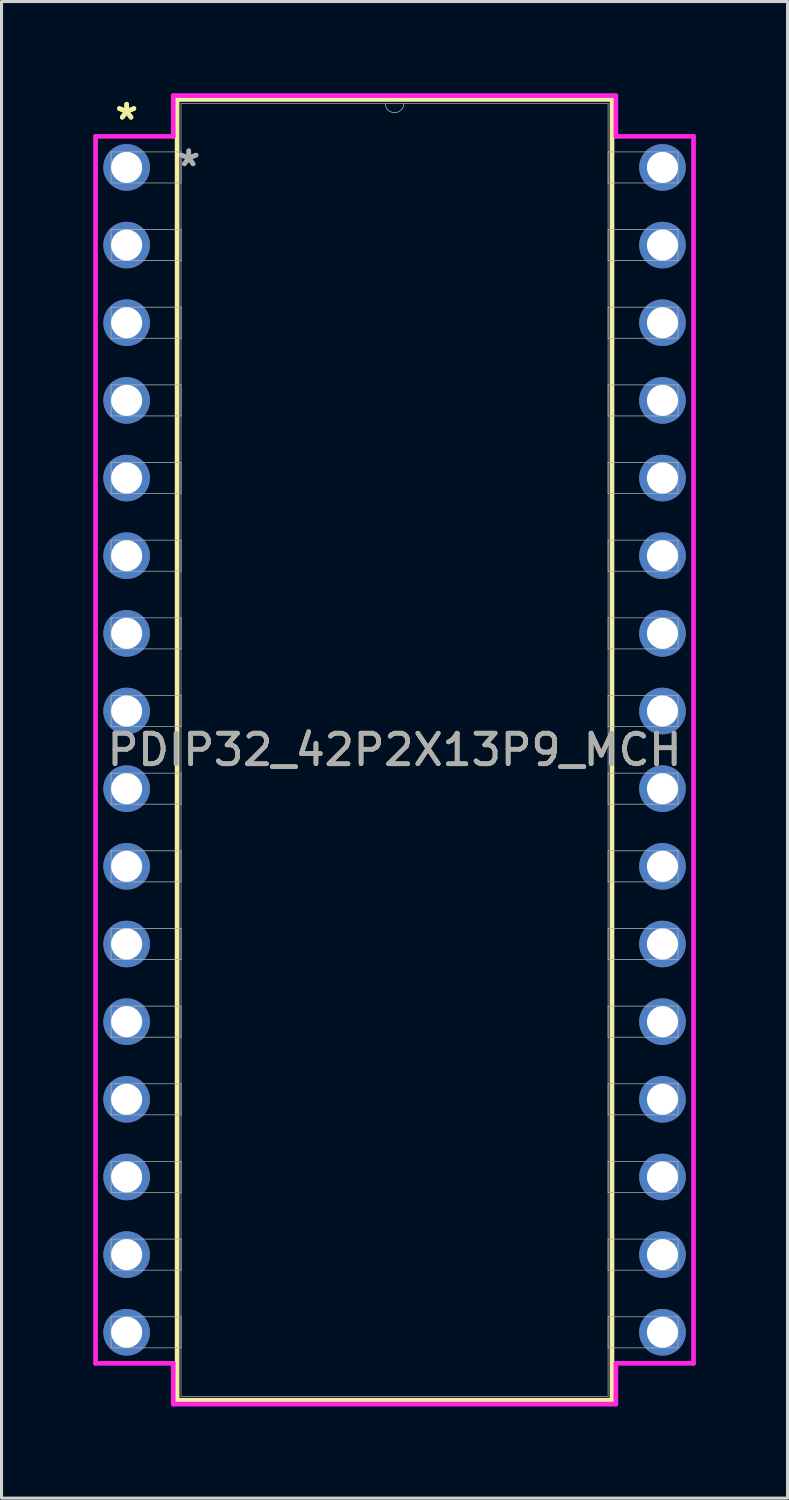
<source format=kicad_pcb>
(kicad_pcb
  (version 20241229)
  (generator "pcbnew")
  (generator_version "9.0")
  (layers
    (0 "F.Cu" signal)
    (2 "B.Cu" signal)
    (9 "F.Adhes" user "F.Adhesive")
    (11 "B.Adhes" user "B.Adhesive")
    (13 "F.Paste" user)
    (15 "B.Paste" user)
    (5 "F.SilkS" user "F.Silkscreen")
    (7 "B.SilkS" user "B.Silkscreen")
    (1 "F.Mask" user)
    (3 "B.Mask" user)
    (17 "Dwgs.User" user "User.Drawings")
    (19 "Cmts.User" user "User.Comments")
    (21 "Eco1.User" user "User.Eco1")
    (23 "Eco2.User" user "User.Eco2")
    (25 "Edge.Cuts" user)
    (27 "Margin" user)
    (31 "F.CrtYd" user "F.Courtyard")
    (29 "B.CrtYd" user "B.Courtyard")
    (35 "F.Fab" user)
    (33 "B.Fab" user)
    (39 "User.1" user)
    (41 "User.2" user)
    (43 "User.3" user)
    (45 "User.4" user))
  (footprint "PDIP32_42P2X13P9_MCH"
    (layer "F.Cu")
    (at 1.092 2.426)
    (property "Reference" "PDIP32_42P2X13P9_MCH" (at 8.763 19.05 0) (unlocked yes) (layer "F.SilkS") (effects (font (size 1 1) (thickness 0.15))))
    (attr through_hole)
    (fp_line (start 1.651 -2.223) (end 1.651 40.322) (stroke (width 0.152) (type solid)) (layer "F.SilkS"))
    (fp_line (start 1.651 40.322) (end 15.875 40.322) (stroke (width 0.152) (type solid)) (layer "F.SilkS"))
    (fp_line (start 15.875 -2.223) (end 1.651 -2.223) (stroke (width 0.152) (type solid)) (layer "F.SilkS"))
    (fp_line (start 15.875 40.322) (end 15.875 -2.223) (stroke (width 0.152) (type solid)) (layer "F.SilkS"))
    (fp_line (start -1.016 -1.016) (end 1.524 -1.016) (stroke (width 0.152) (type solid)) (layer "F.CrtYd"))
    (fp_line (start -1.016 39.116) (end -1.016 -1.016) (stroke (width 0.152) (type solid)) (layer "F.CrtYd"))
    (fp_line (start 1.524 -2.349) (end 16.002 -2.349) (stroke (width 0.152) (type solid)) (layer "F.CrtYd"))
    (fp_line (start 1.524 -1.016) (end 1.524 -2.349) (stroke (width 0.152) (type solid)) (layer "F.CrtYd"))
    (fp_line (start 1.524 39.116) (end -1.016 39.116) (stroke (width 0.152) (type solid)) (layer "F.CrtYd"))
    (fp_line (start 1.524 40.45) (end 1.524 39.116) (stroke (width 0.152) (type solid)) (layer "F.CrtYd"))
    (fp_line (start 16.002 -2.349) (end 16.002 -1.016) (stroke (width 0.152) (type solid)) (layer "F.CrtYd"))
    (fp_line (start 16.002 39.116) (end 16.002 40.45) (stroke (width 0.152) (type solid)) (layer "F.CrtYd"))
    (fp_line (start 16.002 40.45) (end 1.524 40.45) (stroke (width 0.152) (type solid)) (layer "F.CrtYd"))
    (fp_line (start 18.542 -1.016) (end 16.002 -1.016) (stroke (width 0.152) (type solid)) (layer "F.CrtYd"))
    (fp_line (start 18.542 -1.016) (end 18.542 39.116) (stroke (width 0.152) (type solid)) (layer "F.CrtYd"))
    (fp_line (start 18.542 39.116) (end 16.002 39.116) (stroke (width 0.152) (type solid)) (layer "F.CrtYd"))
    (fp_line (start -0.508 -0.508) (end -0.508 0.508) (stroke (width 0.025) (type solid)) (layer "F.Fab"))
    (fp_line (start -0.508 0.508) (end 1.778 0.508) (stroke (width 0.025) (type solid)) (layer "F.Fab"))
    (fp_line (start -0.508 2.032) (end -0.508 3.048) (stroke (width 0.025) (type solid)) (layer "F.Fab"))
    (fp_line (start -0.508 3.048) (end 1.778 3.048) (stroke (width 0.025) (type solid)) (layer "F.Fab"))
    (fp_line (start -0.508 4.572) (end -0.508 5.588) (stroke (width 0.025) (type solid)) (layer "F.Fab"))
    (fp_line (start -0.508 5.588) (end 1.778 5.588) (stroke (width 0.025) (type solid)) (layer "F.Fab"))
    (fp_line (start -0.508 7.112) (end -0.508 8.128) (stroke (width 0.025) (type solid)) (layer "F.Fab"))
    (fp_line (start -0.508 8.128) (end 1.778 8.128) (stroke (width 0.025) (type solid)) (layer "F.Fab"))
    (fp_line (start -0.508 9.652) (end -0.508 10.668) (stroke (width 0.025) (type solid)) (layer "F.Fab"))
    (fp_line (start -0.508 10.668) (end 1.778 10.668) (stroke (width 0.025) (type solid)) (layer "F.Fab"))
    (fp_line (start -0.508 12.192) (end -0.508 13.208) (stroke (width 0.025) (type solid)) (layer "F.Fab"))
    (fp_line (start -0.508 13.208) (end 1.778 13.208) (stroke (width 0.025) (type solid)) (layer "F.Fab"))
    (fp_line (start -0.508 14.732) (end -0.508 15.748) (stroke (width 0.025) (type solid)) (layer "F.Fab"))
    (fp_line (start -0.508 15.748) (end 1.778 15.748) (stroke (width 0.025) (type solid)) (layer "F.Fab"))
    (fp_line (start -0.508 17.272) (end -0.508 18.288) (stroke (width 0.025) (type solid)) (layer "F.Fab"))
    (fp_line (start -0.508 18.288) (end 1.778 18.288) (stroke (width 0.025) (type solid)) (layer "F.Fab"))
    (fp_line (start -0.508 19.812) (end -0.508 20.828) (stroke (width 0.025) (type solid)) (layer "F.Fab"))
    (fp_line (start -0.508 20.828) (end 1.778 20.828) (stroke (width 0.025) (type solid)) (layer "F.Fab"))
    (fp_line (start -0.508 22.352) (end -0.508 23.368) (stroke (width 0.025) (type solid)) (layer "F.Fab"))
    (fp_line (start -0.508 23.368) (end 1.778 23.368) (stroke (width 0.025) (type solid)) (layer "F.Fab"))
    (fp_line (start -0.508 24.892) (end -0.508 25.908) (stroke (width 0.025) (type solid)) (layer "F.Fab"))
    (fp_line (start -0.508 25.908) (end 1.778 25.908) (stroke (width 0.025) (type solid)) (layer "F.Fab"))
    (fp_line (start -0.508 27.432) (end -0.508 28.448) (stroke (width 0.025) (type solid)) (layer "F.Fab"))
    (fp_line (start -0.508 28.448) (end 1.778 28.448) (stroke (width 0.025) (type solid)) (layer "F.Fab"))
    (fp_line (start -0.508 29.972) (end -0.508 30.988) (stroke (width 0.025) (type solid)) (layer "F.Fab"))
    (fp_line (start -0.508 30.988) (end 1.778 30.988) (stroke (width 0.025) (type solid)) (layer "F.Fab"))
    (fp_line (start -0.508 32.512) (end -0.508 33.528) (stroke (width 0.025) (type solid)) (layer "F.Fab"))
    (fp_line (start -0.508 33.528) (end 1.778 33.528) (stroke (width 0.025) (type solid)) (layer "F.Fab"))
    (fp_line (start -0.508 35.052) (end -0.508 36.068) (stroke (width 0.025) (type solid)) (layer "F.Fab"))
    (fp_line (start -0.508 36.068) (end 1.778 36.068) (stroke (width 0.025) (type solid)) (layer "F.Fab"))
    (fp_line (start -0.508 37.592) (end -0.508 38.608) (stroke (width 0.025) (type solid)) (layer "F.Fab"))
    (fp_line (start -0.508 38.608) (end 1.778 38.608) (stroke (width 0.025) (type solid)) (layer "F.Fab"))
    (fp_line (start 1.778 -2.095) (end 1.778 40.196) (stroke (width 0.025) (type solid)) (layer "F.Fab"))
    (fp_line (start 1.778 -0.508) (end -0.508 -0.508) (stroke (width 0.025) (type solid)) (layer "F.Fab"))
    (fp_line (start 1.778 0.508) (end 1.778 -0.508) (stroke (width 0.025) (type solid)) (layer "F.Fab"))
    (fp_line (start 1.778 2.032) (end -0.508 2.032) (stroke (width 0.025) (type solid)) (layer "F.Fab"))
    (fp_line (start 1.778 3.048) (end 1.778 2.032) (stroke (width 0.025) (type solid)) (layer "F.Fab"))
    (fp_line (start 1.778 4.572) (end -0.508 4.572) (stroke (width 0.025) (type solid)) (layer "F.Fab"))
    (fp_line (start 1.778 5.588) (end 1.778 4.572) (stroke (width 0.025) (type solid)) (layer "F.Fab"))
    (fp_line (start 1.778 7.112) (end -0.508 7.112) (stroke (width 0.025) (type solid)) (layer "F.Fab"))
    (fp_line (start 1.778 8.128) (end 1.778 7.112) (stroke (width 0.025) (type solid)) (layer "F.Fab"))
    (fp_line (start 1.778 9.652) (end -0.508 9.652) (stroke (width 0.025) (type solid)) (layer "F.Fab"))
    (fp_line (start 1.778 10.668) (end 1.778 9.652) (stroke (width 0.025) (type solid)) (layer "F.Fab"))
    (fp_line (start 1.778 12.192) (end -0.508 12.192) (stroke (width 0.025) (type solid)) (layer "F.Fab"))
    (fp_line (start 1.778 13.208) (end 1.778 12.192) (stroke (width 0.025) (type solid)) (layer "F.Fab"))
    (fp_line (start 1.778 14.732) (end -0.508 14.732) (stroke (width 0.025) (type solid)) (layer "F.Fab"))
    (fp_line (start 1.778 15.748) (end 1.778 14.732) (stroke (width 0.025) (type solid)) (layer "F.Fab"))
    (fp_line (start 1.778 17.272) (end -0.508 17.272) (stroke (width 0.025) (type solid)) (layer "F.Fab"))
    (fp_line (start 1.778 18.288) (end 1.778 17.272) (stroke (width 0.025) (type solid)) (layer "F.Fab"))
    (fp_line (start 1.778 19.812) (end -0.508 19.812) (stroke (width 0.025) (type solid)) (layer "F.Fab"))
    (fp_line (start 1.778 20.828) (end 1.778 19.812) (stroke (width 0.025) (type solid)) (layer "F.Fab"))
    (fp_line (start 1.778 22.352) (end -0.508 22.352) (stroke (width 0.025) (type solid)) (layer "F.Fab"))
    (fp_line (start 1.778 23.368) (end 1.778 22.352) (stroke (width 0.025) (type solid)) (layer "F.Fab"))
    (fp_line (start 1.778 24.892) (end -0.508 24.892) (stroke (width 0.025) (type solid)) (layer "F.Fab"))
    (fp_line (start 1.778 25.908) (end 1.778 24.892) (stroke (width 0.025) (type solid)) (layer "F.Fab"))
    (fp_line (start 1.778 27.432) (end -0.508 27.432) (stroke (width 0.025) (type solid)) (layer "F.Fab"))
    (fp_line (start 1.778 28.448) (end 1.778 27.432) (stroke (width 0.025) (type solid)) (layer "F.Fab"))
    (fp_line (start 1.778 29.972) (end -0.508 29.972) (stroke (width 0.025) (type solid)) (layer "F.Fab"))
    (fp_line (start 1.778 30.988) (end 1.778 29.972) (stroke (width 0.025) (type solid)) (layer "F.Fab"))
    (fp_line (start 1.778 32.512) (end -0.508 32.512) (stroke (width 0.025) (type solid)) (layer "F.Fab"))
    (fp_line (start 1.778 33.528) (end 1.778 32.512) (stroke (width 0.025) (type solid)) (layer "F.Fab"))
    (fp_line (start 1.778 35.052) (end -0.508 35.052) (stroke (width 0.025) (type solid)) (layer "F.Fab"))
    (fp_line (start 1.778 36.068) (end 1.778 35.052) (stroke (width 0.025) (type solid)) (layer "F.Fab"))
    (fp_line (start 1.778 37.592) (end -0.508 37.592) (stroke (width 0.025) (type solid)) (layer "F.Fab"))
    (fp_line (start 1.778 38.608) (end 1.778 37.592) (stroke (width 0.025) (type solid)) (layer "F.Fab"))
    (fp_line (start 1.778 40.196) (end 15.748 40.196) (stroke (width 0.025) (type solid)) (layer "F.Fab"))
    (fp_line (start 15.748 -2.095) (end 1.778 -2.095) (stroke (width 0.025) (type solid)) (layer "F.Fab"))
    (fp_line (start 15.748 -0.508) (end 15.748 0.508) (stroke (width 0.025) (type solid)) (layer "F.Fab"))
    (fp_line (start 15.748 0.508) (end 18.034 0.508) (stroke (width 0.025) (type solid)) (layer "F.Fab"))
    (fp_line (start 15.748 2.032) (end 15.748 3.048) (stroke (width 0.025) (type solid)) (layer "F.Fab"))
    (fp_line (start 15.748 3.048) (end 18.034 3.048) (stroke (width 0.025) (type solid)) (layer "F.Fab"))
    (fp_line (start 15.748 4.572) (end 15.748 5.588) (stroke (width 0.025) (type solid)) (layer "F.Fab"))
    (fp_line (start 15.748 5.588) (end 18.034 5.588) (stroke (width 0.025) (type solid)) (layer "F.Fab"))
    (fp_line (start 15.748 7.112) (end 15.748 8.128) (stroke (width 0.025) (type solid)) (layer "F.Fab"))
    (fp_line (start 15.748 8.128) (end 18.034 8.128) (stroke (width 0.025) (type solid)) (layer "F.Fab"))
    (fp_line (start 15.748 9.652) (end 15.748 10.668) (stroke (width 0.025) (type solid)) (layer "F.Fab"))
    (fp_line (start 15.748 10.668) (end 18.034 10.668) (stroke (width 0.025) (type solid)) (layer "F.Fab"))
    (fp_line (start 15.748 12.192) (end 15.748 13.208) (stroke (width 0.025) (type solid)) (layer "F.Fab"))
    (fp_line (start 15.748 13.208) (end 18.034 13.208) (stroke (width 0.025) (type solid)) (layer "F.Fab"))
    (fp_line (start 15.748 14.732) (end 15.748 15.748) (stroke (width 0.025) (type solid)) (layer "F.Fab"))
    (fp_line (start 15.748 15.748) (end 18.034 15.748) (stroke (width 0.025) (type solid)) (layer "F.Fab"))
    (fp_line (start 15.748 17.272) (end 15.748 18.288) (stroke (width 0.025) (type solid)) (layer "F.Fab"))
    (fp_line (start 15.748 18.288) (end 18.034 18.288) (stroke (width 0.025) (type solid)) (layer "F.Fab"))
    (fp_line (start 15.748 19.812) (end 15.748 20.828) (stroke (width 0.025) (type solid)) (layer "F.Fab"))
    (fp_line (start 15.748 20.828) (end 18.034 20.828) (stroke (width 0.025) (type solid)) (layer "F.Fab"))
    (fp_line (start 15.748 22.352) (end 15.748 23.368) (stroke (width 0.025) (type solid)) (layer "F.Fab"))
    (fp_line (start 15.748 23.368) (end 18.034 23.368) (stroke (width 0.025) (type solid)) (layer "F.Fab"))
    (fp_line (start 15.748 24.892) (end 15.748 25.908) (stroke (width 0.025) (type solid)) (layer "F.Fab"))
    (fp_line (start 15.748 25.908) (end 18.034 25.908) (stroke (width 0.025) (type solid)) (layer "F.Fab"))
    (fp_line (start 15.748 27.432) (end 15.748 28.448) (stroke (width 0.025) (type solid)) (layer "F.Fab"))
    (fp_line (start 15.748 28.448) (end 18.034 28.448) (stroke (width 0.025) (type solid)) (layer "F.Fab"))
    (fp_line (start 15.748 29.972) (end 15.748 30.988) (stroke (width 0.025) (type solid)) (layer "F.Fab"))
    (fp_line (start 15.748 30.988) (end 18.034 30.988) (stroke (width 0.025) (type solid)) (layer "F.Fab"))
    (fp_line (start 15.748 32.512) (end 15.748 33.528) (stroke (width 0.025) (type solid)) (layer "F.Fab"))
    (fp_line (start 15.748 33.528) (end 18.034 33.528) (stroke (width 0.025) (type solid)) (layer "F.Fab"))
    (fp_line (start 15.748 35.052) (end 15.748 36.068) (stroke (width 0.025) (type solid)) (layer "F.Fab"))
    (fp_line (start 15.748 36.068) (end 18.034 36.068) (stroke (width 0.025) (type solid)) (layer "F.Fab"))
    (fp_line (start 15.748 37.592) (end 15.748 38.608) (stroke (width 0.025) (type solid)) (layer "F.Fab"))
    (fp_line (start 15.748 38.608) (end 18.034 38.608) (stroke (width 0.025) (type solid)) (layer "F.Fab"))
    (fp_line (start 15.748 40.196) (end 15.748 -2.095) (stroke (width 0.025) (type solid)) (layer "F.Fab"))
    (fp_line (start 18.034 -0.508) (end 15.748 -0.508) (stroke (width 0.025) (type solid)) (layer "F.Fab"))
    (fp_line (start 18.034 0.508) (end 18.034 -0.508) (stroke (width 0.025) (type solid)) (layer "F.Fab"))
    (fp_line (start 18.034 2.032) (end 15.748 2.032) (stroke (width 0.025) (type solid)) (layer "F.Fab"))
    (fp_line (start 18.034 3.048) (end 18.034 2.032) (stroke (width 0.025) (type solid)) (layer "F.Fab"))
    (fp_line (start 18.034 4.572) (end 15.748 4.572) (stroke (width 0.025) (type solid)) (layer "F.Fab"))
    (fp_line (start 18.034 5.588) (end 18.034 4.572) (stroke (width 0.025) (type solid)) (layer "F.Fab"))
    (fp_line (start 18.034 7.112) (end 15.748 7.112) (stroke (width 0.025) (type solid)) (layer "F.Fab"))
    (fp_line (start 18.034 8.128) (end 18.034 7.112) (stroke (width 0.025) (type solid)) (layer "F.Fab"))
    (fp_line (start 18.034 9.652) (end 15.748 9.652) (stroke (width 0.025) (type solid)) (layer "F.Fab"))
    (fp_line (start 18.034 10.668) (end 18.034 9.652) (stroke (width 0.025) (type solid)) (layer "F.Fab"))
    (fp_line (start 18.034 12.192) (end 15.748 12.192) (stroke (width 0.025) (type solid)) (layer "F.Fab"))
    (fp_line (start 18.034 13.208) (end 18.034 12.192) (stroke (width 0.025) (type solid)) (layer "F.Fab"))
    (fp_line (start 18.034 14.732) (end 15.748 14.732) (stroke (width 0.025) (type solid)) (layer "F.Fab"))
    (fp_line (start 18.034 15.748) (end 18.034 14.732) (stroke (width 0.025) (type solid)) (layer "F.Fab"))
    (fp_line (start 18.034 17.272) (end 15.748 17.272) (stroke (width 0.025) (type solid)) (layer "F.Fab"))
    (fp_line (start 18.034 18.288) (end 18.034 17.272) (stroke (width 0.025) (type solid)) (layer "F.Fab"))
    (fp_line (start 18.034 19.812) (end 15.748 19.812) (stroke (width 0.025) (type solid)) (layer "F.Fab"))
    (fp_line (start 18.034 20.828) (end 18.034 19.812) (stroke (width 0.025) (type solid)) (layer "F.Fab"))
    (fp_line (start 18.034 22.352) (end 15.748 22.352) (stroke (width 0.025) (type solid)) (layer "F.Fab"))
    (fp_line (start 18.034 23.368) (end 18.034 22.352) (stroke (width 0.025) (type solid)) (layer "F.Fab"))
    (fp_line (start 18.034 24.892) (end 15.748 24.892) (stroke (width 0.025) (type solid)) (layer "F.Fab"))
    (fp_line (start 18.034 25.908) (end 18.034 24.892) (stroke (width 0.025) (type solid)) (layer "F.Fab"))
    (fp_line (start 18.034 27.432) (end 15.748 27.432) (stroke (width 0.025) (type solid)) (layer "F.Fab"))
    (fp_line (start 18.034 28.448) (end 18.034 27.432) (stroke (width 0.025) (type solid)) (layer "F.Fab"))
    (fp_line (start 18.034 29.972) (end 15.748 29.972) (stroke (width 0.025) (type solid)) (layer "F.Fab"))
    (fp_line (start 18.034 30.988) (end 18.034 29.972) (stroke (width 0.025) (type solid)) (layer "F.Fab"))
    (fp_line (start 18.034 32.512) (end 15.748 32.512) (stroke (width 0.025) (type solid)) (layer "F.Fab"))
    (fp_line (start 18.034 33.528) (end 18.034 32.512) (stroke (width 0.025) (type solid)) (layer "F.Fab"))
    (fp_line (start 18.034 35.052) (end 15.748 35.052) (stroke (width 0.025) (type solid)) (layer "F.Fab"))
    (fp_line (start 18.034 36.068) (end 18.034 35.052) (stroke (width 0.025) (type solid)) (layer "F.Fab"))
    (fp_line (start 18.034 37.592) (end 15.748 37.592) (stroke (width 0.025) (type solid)) (layer "F.Fab"))
    (fp_line (start 18.034 38.608) (end 18.034 37.592) (stroke (width 0.025) (type solid)) (layer "F.Fab"))
    (fp_arc (start 9.0678 -2.0955) (mid 8.763 -1.7907) (end 8.4582 -2.0955) (stroke (width 0.0254) (type solid)) (layer "F.Fab"))
    (fp_text user "*" (at 0 -1.524 0) (layer "F.SilkS") (effects (font (size 1 1) (thickness 0.15))))
    (fp_text user "*" (at 0 -1.524 0) (unlocked yes) (layer "F.SilkS") (effects (font (size 1 1) (thickness 0.15))))
    (fp_text user "*" (at 2.032 0 0) (layer "F.Fab") (effects (font (size 1 1) (thickness 0.15))))
    (fp_text user "*" (at 2.032 0 0) (unlocked yes) (layer "F.Fab") (effects (font (size 1 1) (thickness 0.15))))
    (fp_text user "${REFERENCE}" (at 8.763 19.05 0) (unlocked yes) (layer "F.Fab") (effects (font (size 1 1) (thickness 0.15))))
    (pad "1" thru_hole circle (at 0 0) (size 1.524 1.524) (drill 1.016) (layers "*.Cu" "*.Mask"))
    (pad "2" thru_hole circle (at 0 2.54) (size 1.524 1.524) (drill 1.016) (layers "*.Cu" "*.Mask"))
    (pad "3" thru_hole circle (at 0 5.08) (size 1.524 1.524) (drill 1.016) (layers "*.Cu" "*.Mask"))
    (pad "4" thru_hole circle (at 0 7.62) (size 1.524 1.524) (drill 1.016) (layers "*.Cu" "*.Mask"))
    (pad "5" thru_hole circle (at 0 10.16) (size 1.524 1.524) (drill 1.016) (layers "*.Cu" "*.Mask"))
    (pad "6" thru_hole circle (at 0 12.7) (size 1.524 1.524) (drill 1.016) (layers "*.Cu" "*.Mask"))
    (pad "7" thru_hole circle (at 0 15.24) (size 1.524 1.524) (drill 1.016) (layers "*.Cu" "*.Mask"))
    (pad "8" thru_hole circle (at 0 17.78) (size 1.524 1.524) (drill 1.016) (layers "*.Cu" "*.Mask"))
    (pad "9" thru_hole circle (at 0 20.32) (size 1.524 1.524) (drill 1.016) (layers "*.Cu" "*.Mask"))
    (pad "10" thru_hole circle (at 0 22.86) (size 1.524 1.524) (drill 1.016) (layers "*.Cu" "*.Mask"))
    (pad "11" thru_hole circle (at 0 25.4) (size 1.524 1.524) (drill 1.016) (layers "*.Cu" "*.Mask"))
    (pad "12" thru_hole circle (at 0 27.94) (size 1.524 1.524) (drill 1.016) (layers "*.Cu" "*.Mask"))
    (pad "13" thru_hole circle (at 0 30.48) (size 1.524 1.524) (drill 1.016) (layers "*.Cu" "*.Mask"))
    (pad "14" thru_hole circle (at 0 33.02) (size 1.524 1.524) (drill 1.016) (layers "*.Cu" "*.Mask"))
    (pad "15" thru_hole circle (at 0 35.56) (size 1.524 1.524) (drill 1.016) (layers "*.Cu" "*.Mask"))
    (pad "16" thru_hole circle (at 0 38.1) (size 1.524 1.524) (drill 1.016) (layers "*.Cu" "*.Mask"))
    (pad "17" thru_hole circle (at 17.526 38.1) (size 1.524 1.524) (drill 1.016) (layers "*.Cu" "*.Mask"))
    (pad "18" thru_hole circle (at 17.526 35.56) (size 1.524 1.524) (drill 1.016) (layers "*.Cu" "*.Mask"))
    (pad "19" thru_hole circle (at 17.526 33.02) (size 1.524 1.524) (drill 1.016) (layers "*.Cu" "*.Mask"))
    (pad "20" thru_hole circle (at 17.526 30.48) (size 1.524 1.524) (drill 1.016) (layers "*.Cu" "*.Mask"))
    (pad "21" thru_hole circle (at 17.526 27.94) (size 1.524 1.524) (drill 1.016) (layers "*.Cu" "*.Mask"))
    (pad "22" thru_hole circle (at 17.526 25.4) (size 1.524 1.524) (drill 1.016) (layers "*.Cu" "*.Mask"))
    (pad "23" thru_hole circle (at 17.526 22.86) (size 1.524 1.524) (drill 1.016) (layers "*.Cu" "*.Mask"))
    (pad "24" thru_hole circle (at 17.526 20.32) (size 1.524 1.524) (drill 1.016) (layers "*.Cu" "*.Mask"))
    (pad "25" thru_hole circle (at 17.526 17.78) (size 1.524 1.524) (drill 1.016) (layers "*.Cu" "*.Mask"))
    (pad "26" thru_hole circle (at 17.526 15.24) (size 1.524 1.524) (drill 1.016) (layers "*.Cu" "*.Mask"))
    (pad "27" thru_hole circle (at 17.526 12.7) (size 1.524 1.524) (drill 1.016) (layers "*.Cu" "*.Mask"))
    (pad "28" thru_hole circle (at 17.526 10.16) (size 1.524 1.524) (drill 1.016) (layers "*.Cu" "*.Mask"))
    (pad "29" thru_hole circle (at 17.526 7.62) (size 1.524 1.524) (drill 1.016) (layers "*.Cu" "*.Mask"))
    (pad "30" thru_hole circle (at 17.526 5.08) (size 1.524 1.524) (drill 1.016) (layers "*.Cu" "*.Mask"))
    (pad "31" thru_hole circle (at 17.526 2.54) (size 1.524 1.524) (drill 1.016) (layers "*.Cu" "*.Mask"))
    (pad "32" thru_hole circle (at 17.526 0) (size 1.524 1.524) (drill 1.016) (layers "*.Cu" "*.Mask")))
  (gr_rect
    (start -3 -3)
    (end 22.71 45.951)
    (stroke (width 0.1) (type default))
    (fill no)
    (layer "Edge.Cuts")))
</source>
